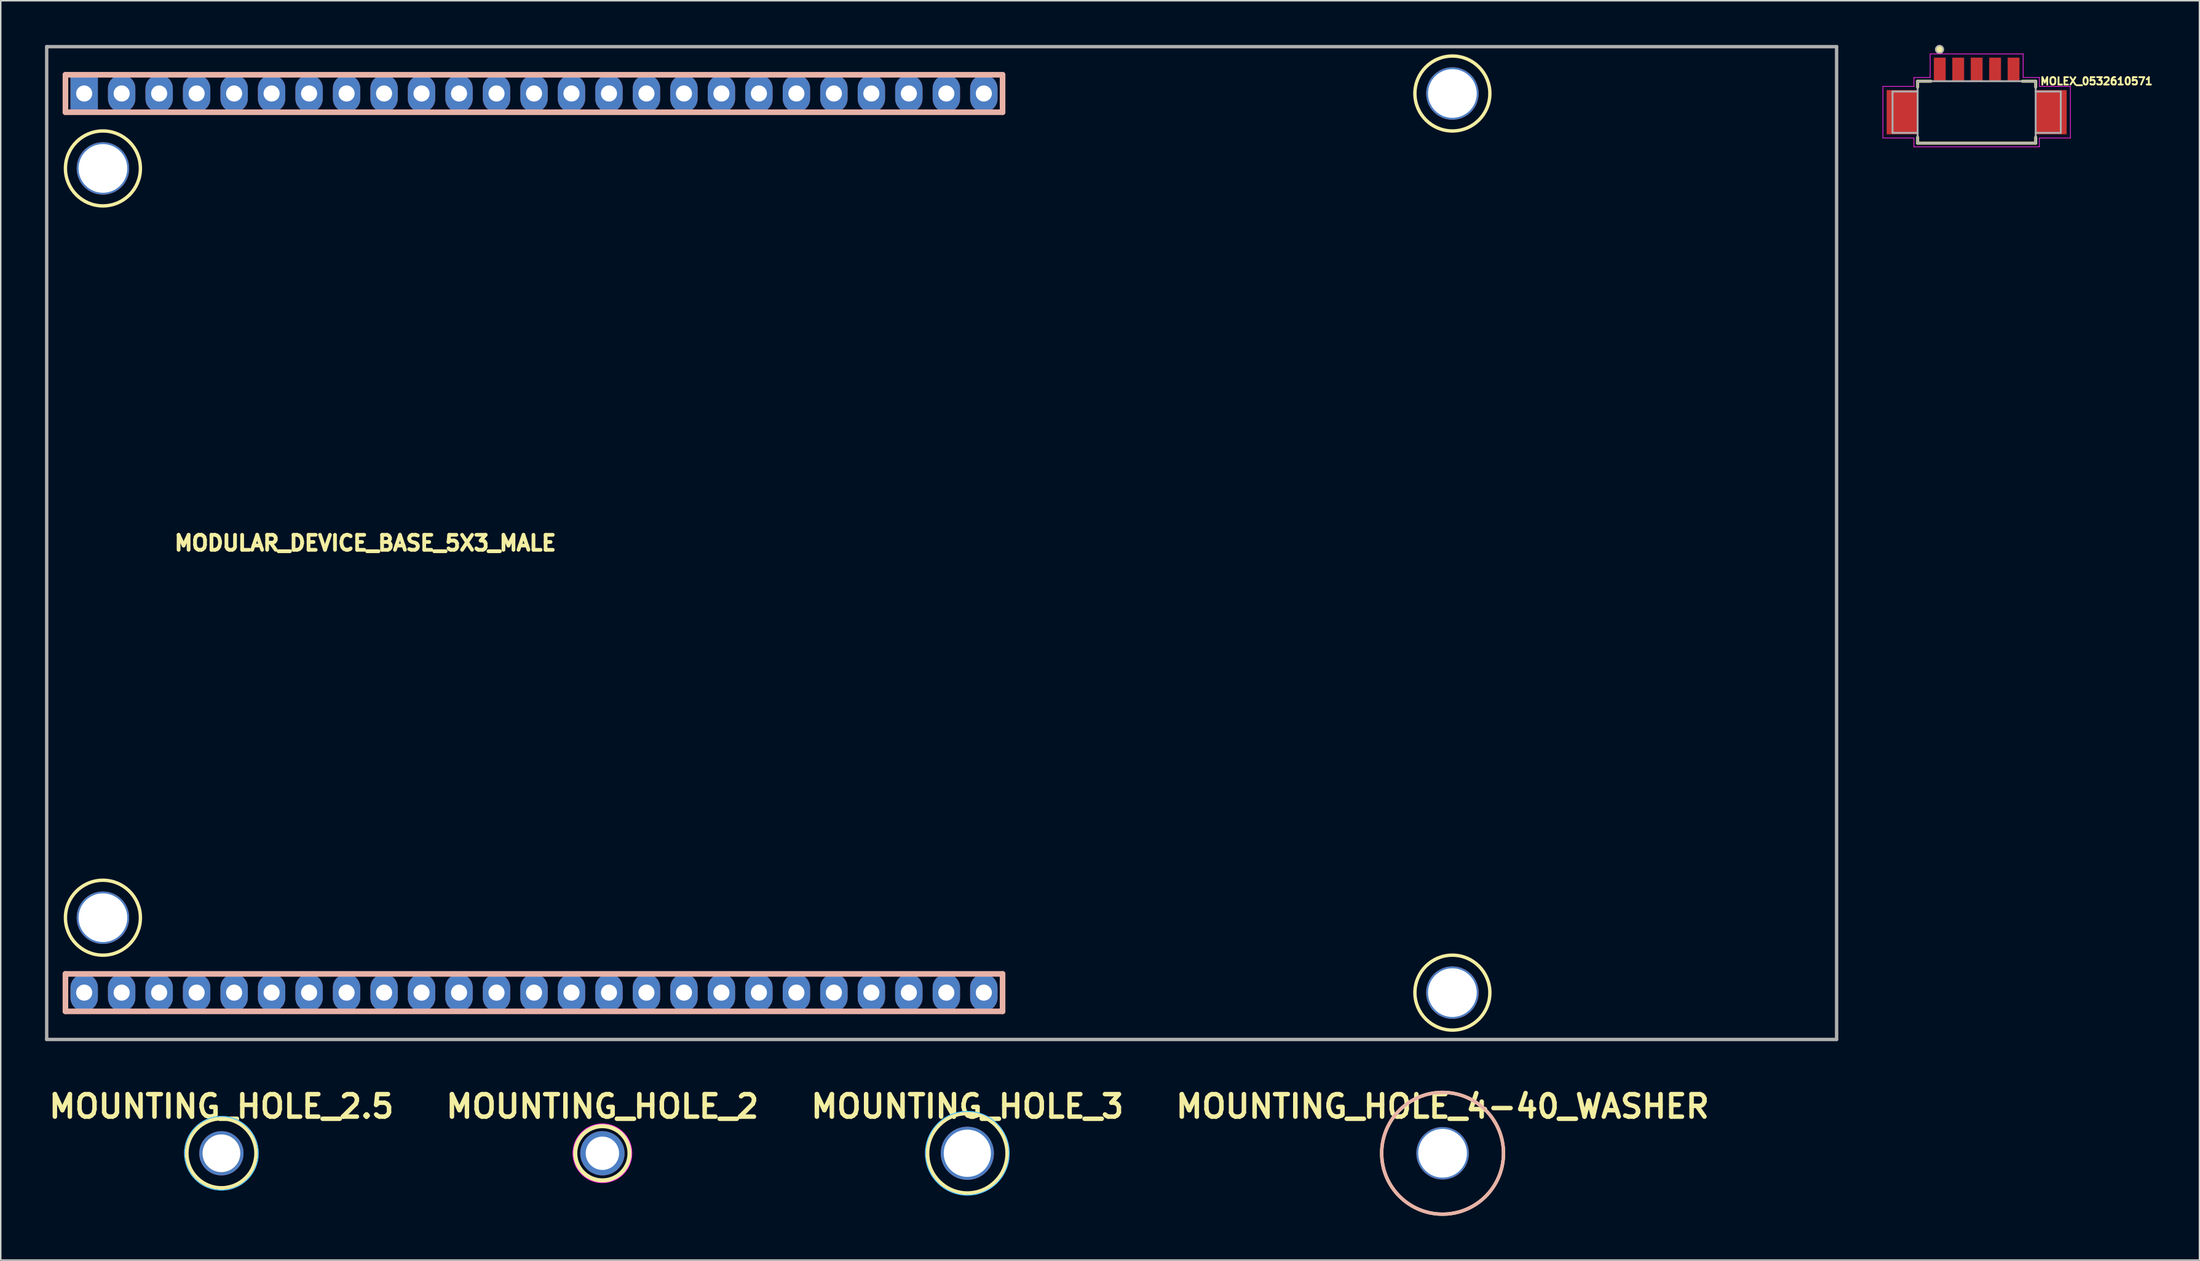
<source format=kicad_pcb>
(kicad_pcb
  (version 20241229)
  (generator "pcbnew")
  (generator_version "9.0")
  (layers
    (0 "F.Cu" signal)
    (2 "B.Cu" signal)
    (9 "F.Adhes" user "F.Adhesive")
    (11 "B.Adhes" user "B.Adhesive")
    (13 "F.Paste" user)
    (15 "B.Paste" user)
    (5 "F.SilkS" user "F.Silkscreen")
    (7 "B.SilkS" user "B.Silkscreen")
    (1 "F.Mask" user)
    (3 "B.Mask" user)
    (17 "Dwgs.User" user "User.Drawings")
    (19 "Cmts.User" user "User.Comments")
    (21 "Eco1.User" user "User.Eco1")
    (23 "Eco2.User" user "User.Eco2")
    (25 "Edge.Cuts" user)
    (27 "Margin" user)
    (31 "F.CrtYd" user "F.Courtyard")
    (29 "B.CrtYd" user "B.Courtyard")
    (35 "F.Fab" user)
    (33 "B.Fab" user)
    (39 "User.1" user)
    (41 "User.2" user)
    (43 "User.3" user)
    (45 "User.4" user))
  (footprint "MOUNTING_HOLE_2"
    (layer "F.Cu")
    (at 37.769 75.14)
    (property "Reference" "MOUNTING_HOLE_2" (at 0 -3.175 0) (layer "F.SilkS") (effects (font (size 1.524 1.524) (thickness 0.305))))
    (attr through_hole)
    (fp_circle (center 0 0) (end 1.85 0) (stroke (width 0.3) (type solid)) (fill no) (layer "F.SilkS"))
    (fp_circle (center 0 0) (end 2 0) (stroke (width 0.05) (type default)) (fill no) (layer "F.CrtYd"))
    (pad "1" thru_hole circle (at 0 0) (size 3 3) (drill 2.26) (layers "*.Cu" "*.Mask")))
  (footprint "MOUNTING_HOLE_3"
    (layer "F.Cu")
    (at 62.497 75.14)
    (property "Reference" "MOUNTING_HOLE_3" (at 0 -3.175 0) (layer "F.SilkS") (effects (font (size 1.524 1.524) (thickness 0.305))))
    (attr through_hole exclude_from_pos_files exclude_from_bom)
    (fp_circle (center 0 0) (end 2.7 0) (stroke (width 0.25) (type solid)) (fill no) (layer "F.SilkS"))
    (fp_circle (center 0 0) (end 1.13 0) (stroke (width 0.3) (type default)) (fill no) (layer "Dwgs.User"))
    (fp_circle (center 0 0) (end 2.84 0) (stroke (width 0.05) (type default)) (fill no) (layer "B.CrtYd"))
    (fp_circle (center 0 0) (end 2.84 0) (stroke (width 0.05) (type default)) (fill no) (layer "F.CrtYd"))
    (fp_circle (center 0 0) (end 1.13 0) (stroke (width 0.3) (type default)) (fill no) (layer "B.Fab"))
    (fp_circle (center 0 0) (end 1.13 0) (stroke (width 0.3) (type default)) (fill no) (layer "F.Fab"))
    (pad "1" thru_hole circle (at 0 0) (size 3.6 3.6) (drill 3.2) (layers "*.Cu" "*.Mask")))
  (footprint "MOLEX_0532610571"
    (layer "F.Cu")
    (at 130.889 2.456)
    (property "Reference" "MOLEX_0532610571" (at 4.25 0 0) (layer "F.SilkS") (effects (font (size 0.5 0.5) (thickness 0.125)) (justify left)))
    (attr smd)
    (fp_line (start -4.001 0) (end -4.001 0.4) (stroke (width 0.2) (type solid)) (layer "F.SilkS"))
    (fp_line (start -4 4.2) (end -4 3.8) (stroke (width 0.2) (type solid)) (layer "F.SilkS"))
    (fp_line (start -4 4.2) (end 4 4.2) (stroke (width 0.2) (type solid)) (layer "F.SilkS"))
    (fp_line (start -3.1 0) (end -4.001 0) (stroke (width 0.2) (type solid)) (layer "F.SilkS"))
    (fp_line (start 3.1 0) (end 4 0) (stroke (width 0.2) (type solid)) (layer "F.SilkS"))
    (fp_line (start 4 0) (end 4 0.4) (stroke (width 0.2) (type solid)) (layer "F.SilkS"))
    (fp_line (start 4 4.2) (end 4 3.8) (stroke (width 0.2) (type solid)) (layer "F.SilkS"))
    (fp_circle (center -2.515 -2.156) (end -2.265 -2.156) (stroke (width 0.1) (type solid)) (fill yes) (layer "F.SilkS"))
    (fp_line (start -6.35 0.35) (end -6.35 3.85) (stroke (width 0.05) (type solid)) (layer "F.CrtYd"))
    (fp_line (start -6.35 3.85) (end -4.25 3.85) (stroke (width 0.05) (type solid)) (layer "F.CrtYd"))
    (fp_line (start -4.25 -0.25) (end -4.25 0.35) (stroke (width 0.05) (type solid)) (layer "F.CrtYd"))
    (fp_line (start -4.25 0.35) (end -6.35 0.35) (stroke (width 0.05) (type solid)) (layer "F.CrtYd"))
    (fp_line (start -4.25 3.85) (end -4.25 4.45) (stroke (width 0.05) (type solid)) (layer "F.CrtYd"))
    (fp_line (start -4.25 4.45) (end 4.25 4.45) (stroke (width 0.05) (type solid)) (layer "F.CrtYd"))
    (fp_line (start -3.15 -1.85) (end -3.15 -0.25) (stroke (width 0.05) (type solid)) (layer "F.CrtYd"))
    (fp_line (start -3.15 -0.25) (end -4.25 -0.25) (stroke (width 0.05) (type solid)) (layer "F.CrtYd"))
    (fp_line (start 3.15 -1.85) (end -3.15 -1.85) (stroke (width 0.05) (type solid)) (layer "F.CrtYd"))
    (fp_line (start 3.15 -0.25) (end 3.15 -1.85) (stroke (width 0.05) (type solid)) (layer "F.CrtYd"))
    (fp_line (start 4.25 -0.25) (end 3.15 -0.25) (stroke (width 0.05) (type solid)) (layer "F.CrtYd"))
    (fp_line (start 4.25 0.35) (end 4.25 -0.25) (stroke (width 0.05) (type solid)) (layer "F.CrtYd"))
    (fp_line (start 4.25 3.85) (end 6.35 3.85) (stroke (width 0.05) (type solid)) (layer "F.CrtYd"))
    (fp_line (start 4.25 4.45) (end 4.25 3.85) (stroke (width 0.05) (type solid)) (layer "F.CrtYd"))
    (fp_line (start 6.35 0.35) (end 4.25 0.35) (stroke (width 0.05) (type solid)) (layer "F.CrtYd"))
    (fp_line (start 6.35 3.85) (end 6.35 0.35) (stroke (width 0.05) (type solid)) (layer "F.CrtYd"))
    (fp_line (start -5.7 0.7) (end -5.7 3.5) (stroke (width 0.127) (type solid)) (layer "F.Fab"))
    (fp_line (start -5.7 3.5) (end -4 3.5) (stroke (width 0.127) (type solid)) (layer "F.Fab"))
    (fp_line (start -4 0) (end -4 0.7) (stroke (width 0.127) (type solid)) (layer "F.Fab"))
    (fp_line (start -4 0.7) (end -5.7 0.7) (stroke (width 0.127) (type solid)) (layer "F.Fab"))
    (fp_line (start -4 0.7) (end -4 3.5) (stroke (width 0.127) (type solid)) (layer "F.Fab"))
    (fp_line (start -4 3.5) (end -4 4.2) (stroke (width 0.127) (type solid)) (layer "F.Fab"))
    (fp_line (start -4 4.2) (end 4 4.2) (stroke (width 0.127) (type solid)) (layer "F.Fab"))
    (fp_line (start 4 0) (end -4 0) (stroke (width 0.127) (type solid)) (layer "F.Fab"))
    (fp_line (start 4 0.7) (end 4 0) (stroke (width 0.127) (type solid)) (layer "F.Fab"))
    (fp_line (start 4 0.7) (end 5.7 0.7) (stroke (width 0.127) (type solid)) (layer "F.Fab"))
    (fp_line (start 4 3.5) (end 4 0.7) (stroke (width 0.127) (type solid)) (layer "F.Fab"))
    (fp_line (start 4 4.2) (end 4 3.5) (stroke (width 0.127) (type solid)) (layer "F.Fab"))
    (fp_line (start 5.7 0.7) (end 5.7 3.5) (stroke (width 0.127) (type solid)) (layer "F.Fab"))
    (fp_line (start 5.7 3.5) (end 4 3.5) (stroke (width 0.127) (type solid)) (layer "F.Fab"))
    (fp_circle (center -2.515 -2.156) (end -2.265 -2.156) (stroke (width 0.1) (type solid)) (fill no) (layer "F.Fab"))
    (pad "" smd rect (at -5.05 2.1) (size 2.1 3) (layers "F.Cu" "F.Mask" "F.Paste"))
    (pad "" smd rect (at 5.05 2.1) (size 2.1 3) (layers "F.Cu" "F.Mask" "F.Paste"))
    (pad "1" smd rect (at -2.5 -0.8) (size 0.8 1.6) (layers "F.Cu" "F.Mask" "F.Paste"))
    (pad "2" smd rect (at -1.25 -0.8) (size 0.8 1.6) (layers "F.Cu" "F.Mask" "F.Paste"))
    (pad "3" smd rect (at 0 -0.8) (size 0.8 1.6) (layers "F.Cu" "F.Mask" "F.Paste"))
    (pad "4" smd rect (at 1.25 -0.8) (size 0.8 1.6) (layers "F.Cu" "F.Mask" "F.Paste"))
    (pad "5" smd rect (at 2.5 -0.8) (size 0.8 1.6) (layers "F.Cu" "F.Mask" "F.Paste")))
  (footprint "MOUNTING_HOLE_4-40_WASHER"
    (layer "F.Cu")
    (at 94.7 75.14)
    (property "Reference" "MOUNTING_HOLE_4-40_WASHER" (at 0 -3.175 0) (layer "F.SilkS") (effects (font (size 1.524 1.524) (thickness 0.305))))
    (property "Value" "${VALUE}" (at 0 3.81 0) (layer "F.SilkS") (hide yes) (effects (font (size 1.524 1.524) (thickness 0.305))))
    (attr through_hole)
    (fp_circle (center 0 0) (end 4.128 0) (stroke (width 0.229) (type solid)) (fill no) (layer "F.SilkS"))
    (fp_circle (center 0 0) (end 4.128 0) (stroke (width 0.229) (type solid)) (fill no) (layer "B.SilkS"))
    (pad "1" thru_hole circle (at 0 0) (size 3.556 3.556) (drill 3.302) (layers "*.Cu" "*.Mask")))
  (footprint "MOUNTING_HOLE_2.5"
    (layer "F.Cu")
    (at 11.953 75.14)
    (property "Reference" "MOUNTING_HOLE_2.5" (at 0 -3.175 0) (layer "F.SilkS") (effects (font (size 1.524 1.524) (thickness 0.305))))
    (property "Value" "${VALUE}" (at 0 3.81 0) (layer "F.SilkS") (hide yes) (effects (font (size 1.524 1.524) (thickness 0.305))))
    (attr through_hole exclude_from_pos_files exclude_from_bom)
    (fp_circle (center 0 0) (end 2.35 0) (stroke (width 0.25) (type solid)) (fill no) (layer "F.SilkS"))
    (fp_circle (center 0 0) (end 1.13 0) (stroke (width 0.3) (type default)) (fill no) (layer "Dwgs.User"))
    (fp_circle (center 0 0) (end 2.5 0) (stroke (width 0.05) (type default)) (fill no) (layer "B.CrtYd"))
    (fp_circle (center 0 0) (end 2.5 0) (stroke (width 0.05) (type default)) (fill no) (layer "F.CrtYd"))
    (fp_circle (center 0 0) (end 1.13 0) (stroke (width 0.3) (type default)) (fill no) (layer "B.Fab"))
    (fp_circle (center 0 0) (end 1.13 0) (stroke (width 0.3) (type default)) (fill no) (layer "F.Fab"))
    (pad "1" thru_hole circle (at 0 0) (size 3 3) (drill 2.54) (layers "*.Cu" "*.Mask")))
  (footprint "MODULAR_DEVICE_BASE_5X3_MALE"
    (layer "F.Cu")
    (at 21.704 33.769)
    (property "Reference" "MODULAR_DEVICE_BASE_5X3_MALE" (at 0 0 0) (layer "F.SilkS") (effects (font (size 1.016 1.016) (thickness 0.254))))
    (property "Value" "${VALUE}" (at 0 2.54 0) (layer "F.SilkS") (hide yes) (effects (font (size 1.524 1.524) (thickness 0.305))))
    (attr through_hole)
    (fp_circle (center -17.78 -25.4) (end -15.24 -25.4) (stroke (width 0.229) (type solid)) (fill no) (layer "F.SilkS"))
    (fp_circle (center -17.78 25.4) (end -15.24 25.4) (stroke (width 0.229) (type solid)) (fill no) (layer "F.SilkS"))
    (fp_circle (center 73.66 -30.48) (end 76.2 -30.48) (stroke (width 0.229) (type solid)) (fill no) (layer "F.SilkS"))
    (fp_circle (center 73.66 30.48) (end 76.2 30.48) (stroke (width 0.229) (type solid)) (fill no) (layer "F.SilkS"))
    (fp_line (start -20.32 -31.75) (end -20.32 -29.21) (stroke (width 0.381) (type solid)) (layer "B.SilkS"))
    (fp_line (start -20.32 -31.75) (end 43.18 -31.75) (stroke (width 0.381) (type solid)) (layer "B.SilkS"))
    (fp_line (start -20.32 -29.21) (end 43.18 -29.21) (stroke (width 0.381) (type solid)) (layer "B.SilkS"))
    (fp_line (start -20.32 29.21) (end -20.32 31.75) (stroke (width 0.381) (type solid)) (layer "B.SilkS"))
    (fp_line (start -20.32 29.21) (end 43.18 29.21) (stroke (width 0.381) (type solid)) (layer "B.SilkS"))
    (fp_line (start -20.32 31.75) (end 43.18 31.75) (stroke (width 0.381) (type solid)) (layer "B.SilkS"))
    (fp_line (start 43.18 -29.21) (end 43.18 -31.75) (stroke (width 0.381) (type solid)) (layer "B.SilkS"))
    (fp_line (start 43.18 31.75) (end 43.18 29.21) (stroke (width 0.381) (type solid)) (layer "B.SilkS"))
    (fp_line (start -21.59 -33.655) (end -21.59 33.655) (stroke (width 0.229) (type solid)) (layer "F.Fab"))
    (fp_line (start -21.59 33.655) (end 99.695 33.655) (stroke (width 0.229) (type solid)) (layer "F.Fab"))
    (fp_line (start 99.695 -33.655) (end -21.59 -33.655) (stroke (width 0.229) (type solid)) (layer "F.Fab"))
    (fp_line (start 99.695 33.655) (end 99.695 -33.655) (stroke (width 0.229) (type solid)) (layer "F.Fab"))
    (pad "" thru_hole circle (at -17.78 -25.4) (size 3.556 3.556) (drill 3.302) (layers "*.Cu" "*.Mask"))
    (pad "" thru_hole circle (at -17.78 25.4) (size 3.556 3.556) (drill 3.302) (layers "*.Cu" "*.Mask"))
    (pad "" thru_hole circle (at 73.66 -30.48) (size 3.556 3.556) (drill 3.302) (layers "*.Cu" "*.Mask"))
    (pad "" thru_hole circle (at 73.66 30.48) (size 3.556 3.556) (drill 3.302) (layers "*.Cu" "*.Mask"))
    (pad "2" thru_hole oval (at -8.89 -30.48) (size 1.854 2.54) (drill 1.092) (layers "*.Cu" "*.Mask"))
    (pad "3V3" thru_hole oval (at -11.43 30.48) (size 1.854 2.54) (drill 1.092) (layers "*.Cu" "*.Mask"))
    (pad "5" thru_hole oval (at -1.27 -30.48) (size 1.854 2.54) (drill 1.092) (layers "*.Cu" "*.Mask"))
    (pad "6" thru_hole oval (at 1.27 -30.48) (size 1.854 2.54) (drill 1.092) (layers "*.Cu" "*.Mask"))
    (pad "11" thru_hole oval (at 13.97 -30.48) (size 1.854 2.54) (drill 1.092) (layers "*.Cu" "*.Mask"))
    (pad "12" thru_hole oval (at 16.51 -30.48) (size 1.854 2.54) (drill 1.092) (layers "*.Cu" "*.Mask"))
    (pad "13" thru_hole oval (at 16.51 30.48) (size 1.854 2.54) (drill 1.092) (layers "*.Cu" "*.Mask"))
    (pad "14" thru_hole oval (at 13.97 30.48) (size 1.854 2.54) (drill 1.092) (layers "*.Cu" "*.Mask"))
    (pad "15" thru_hole oval (at 11.43 30.48) (size 1.854 2.54) (drill 1.092) (layers "*.Cu" "*.Mask"))
    (pad "16" thru_hole oval (at 8.89 30.48) (size 1.854 2.54) (drill 1.092) (layers "*.Cu" "*.Mask"))
    (pad "17" thru_hole oval (at 6.35 30.48) (size 1.854 2.54) (drill 1.092) (layers "*.Cu" "*.Mask"))
    (pad "18" thru_hole oval (at 3.81 30.48) (size 1.854 2.54) (drill 1.092) (layers "*.Cu" "*.Mask"))
    (pad "19" thru_hole oval (at 1.27 30.48) (size 1.854 2.54) (drill 1.092) (layers "*.Cu" "*.Mask"))
    (pad "20" thru_hole oval (at -1.27 30.48) (size 1.854 2.54) (drill 1.092) (layers "*.Cu" "*.Mask"))
    (pad "21" thru_hole oval (at -3.81 30.48) (size 1.854 2.54) (drill 1.092) (layers "*.Cu" "*.Mask"))
    (pad "22" thru_hole oval (at -6.35 30.48) (size 1.854 2.54) (drill 1.092) (layers "*.Cu" "*.Mask"))
    (pad "23" thru_hole oval (at -8.89 30.48) (size 1.854 2.54) (drill 1.092) (layers "*.Cu" "*.Mask"))
    (pad "29" thru_hole oval (at 34.29 -30.48) (size 1.854 2.54) (drill 1.092) (layers "*.Cu" "*.Mask"))
    (pad "30" thru_hole oval (at 36.83 -30.48) (size 1.854 2.54) (drill 1.092) (layers "*.Cu" "*.Mask"))
    (pad "33" thru_hole oval (at 41.91 30.48) (size 1.854 2.54) (drill 1.092) (layers "*.Cu" "*.Mask"))
    (pad "34" thru_hole oval (at 39.37 30.48) (size 1.854 2.54) (drill 1.092) (layers "*.Cu" "*.Mask"))
    (pad "35" thru_hole oval (at 36.83 30.48) (size 1.854 2.54) (drill 1.092) (layers "*.Cu" "*.Mask"))
    (pad "36" thru_hole oval (at 34.29 30.48) (size 1.854 2.54) (drill 1.092) (layers "*.Cu" "*.Mask"))
    (pad "37" thru_hole oval (at 31.75 30.48) (size 1.854 2.54) (drill 1.092) (layers "*.Cu" "*.Mask"))
    (pad "38" thru_hole oval (at 29.21 30.48) (size 1.854 2.54) (drill 1.092) (layers "*.Cu" "*.Mask"))
    (pad "40" thru_hole oval (at 6.35 -30.48) (size 1.854 2.54) (drill 1.092) (layers "*.Cu" "*.Mask"))
    (pad "41" thru_hole oval (at 8.89 -30.48) (size 1.854 2.54) (drill 1.092) (layers "*.Cu" "*.Mask"))
    (pad "42" thru_hole oval (at 11.43 -30.48) (size 1.854 2.54) (drill 1.092) (layers "*.Cu" "*.Mask"))
    (pad "43" thru_hole oval (at 29.21 -30.48) (size 1.854 2.54) (drill 1.092) (layers "*.Cu" "*.Mask"))
    (pad "44" thru_hole oval (at 31.75 -30.48) (size 1.854 2.54) (drill 1.092) (layers "*.Cu" "*.Mask"))
    (pad "45" thru_hole oval (at 39.37 -30.48) (size 1.854 2.54) (drill 1.092) (layers "*.Cu" "*.Mask"))
    (pad "46" thru_hole oval (at 41.91 -30.48) (size 1.854 2.54) (drill 1.092) (layers "*.Cu" "*.Mask"))
    (pad "47" thru_hole oval (at 26.67 -30.48) (size 1.854 2.54) (drill 1.092) (layers "*.Cu" "*.Mask"))
    (pad "48" thru_hole oval (at 24.13 -30.48) (size 1.854 2.54) (drill 1.092) (layers "*.Cu" "*.Mask"))
    (pad "49" thru_hole oval (at 21.59 -30.48) (size 1.854 2.54) (drill 1.092) (layers "*.Cu" "*.Mask"))
    (pad "50" thru_hole oval (at 19.05 -30.48) (size 1.854 2.54) (drill 1.092) (layers "*.Cu" "*.Mask"))
    (pad "51" thru_hole oval (at 26.67 30.48) (size 1.854 2.54) (drill 1.092) (layers "*.Cu" "*.Mask"))
    (pad "52" thru_hole oval (at 3.81 -30.48) (size 1.854 2.54) (drill 1.092) (layers "*.Cu" "*.Mask"))
    (pad "53" thru_hole oval (at 19.05 30.48) (size 1.854 2.54) (drill 1.092) (layers "*.Cu" "*.Mask"))
    (pad "54" thru_hole oval (at -3.81 -30.48) (size 1.854 2.54) (drill 1.092) (layers "*.Cu" "*.Mask"))
    (pad "55" thru_hole oval (at -6.35 -30.48) (size 1.854 2.54) (drill 1.092) (layers "*.Cu" "*.Mask"))
    (pad "A10" thru_hole oval (at -13.97 -30.48) (size 1.854 2.54) (drill 1.092) (layers "*.Cu" "*.Mask"))
    (pad "A11" thru_hole oval (at -11.43 -30.48) (size 1.854 2.54) (drill 1.092) (layers "*.Cu" "*.Mask"))
    (pad "AGND" thru_hole oval (at -13.97 30.48) (size 1.854 2.54) (drill 1.092) (layers "*.Cu" "*.Mask"))
    (pad "AREF" thru_hole oval (at -19.05 30.48) (size 1.854 2.54) (drill 1.092) (layers "*.Cu" "*.Mask"))
    (pad "DAC0" thru_hole oval (at 24.13 30.48) (size 1.854 2.54) (drill 1.092) (layers "*.Cu" "*.Mask"))
    (pad "DAC1" thru_hole oval (at 21.59 30.48) (size 1.854 2.54) (drill 1.092) (layers "*.Cu" "*.Mask"))
    (pad "GND" thru_hole oval (at -16.51 -30.48) (size 1.854 2.54) (drill 1.092) (layers "*.Cu" "*.Mask"))
    (pad "VDD" thru_hole rect (at -19.05 -30.48) (size 1.854 2.54) (drill 1.092) (layers "*.Cu" "*.Mask"))
    (pad "VEE" thru_hole oval (at -16.51 30.48) (size 1.854 2.54) (drill 1.092) (layers "*.Cu" "*.Mask")))
  (gr_rect
    (start -3 -3)
    (end 145.985 82.382)
    (stroke (width 0.1) (type default))
    (fill no)
    (layer "Edge.Cuts")))
</source>
